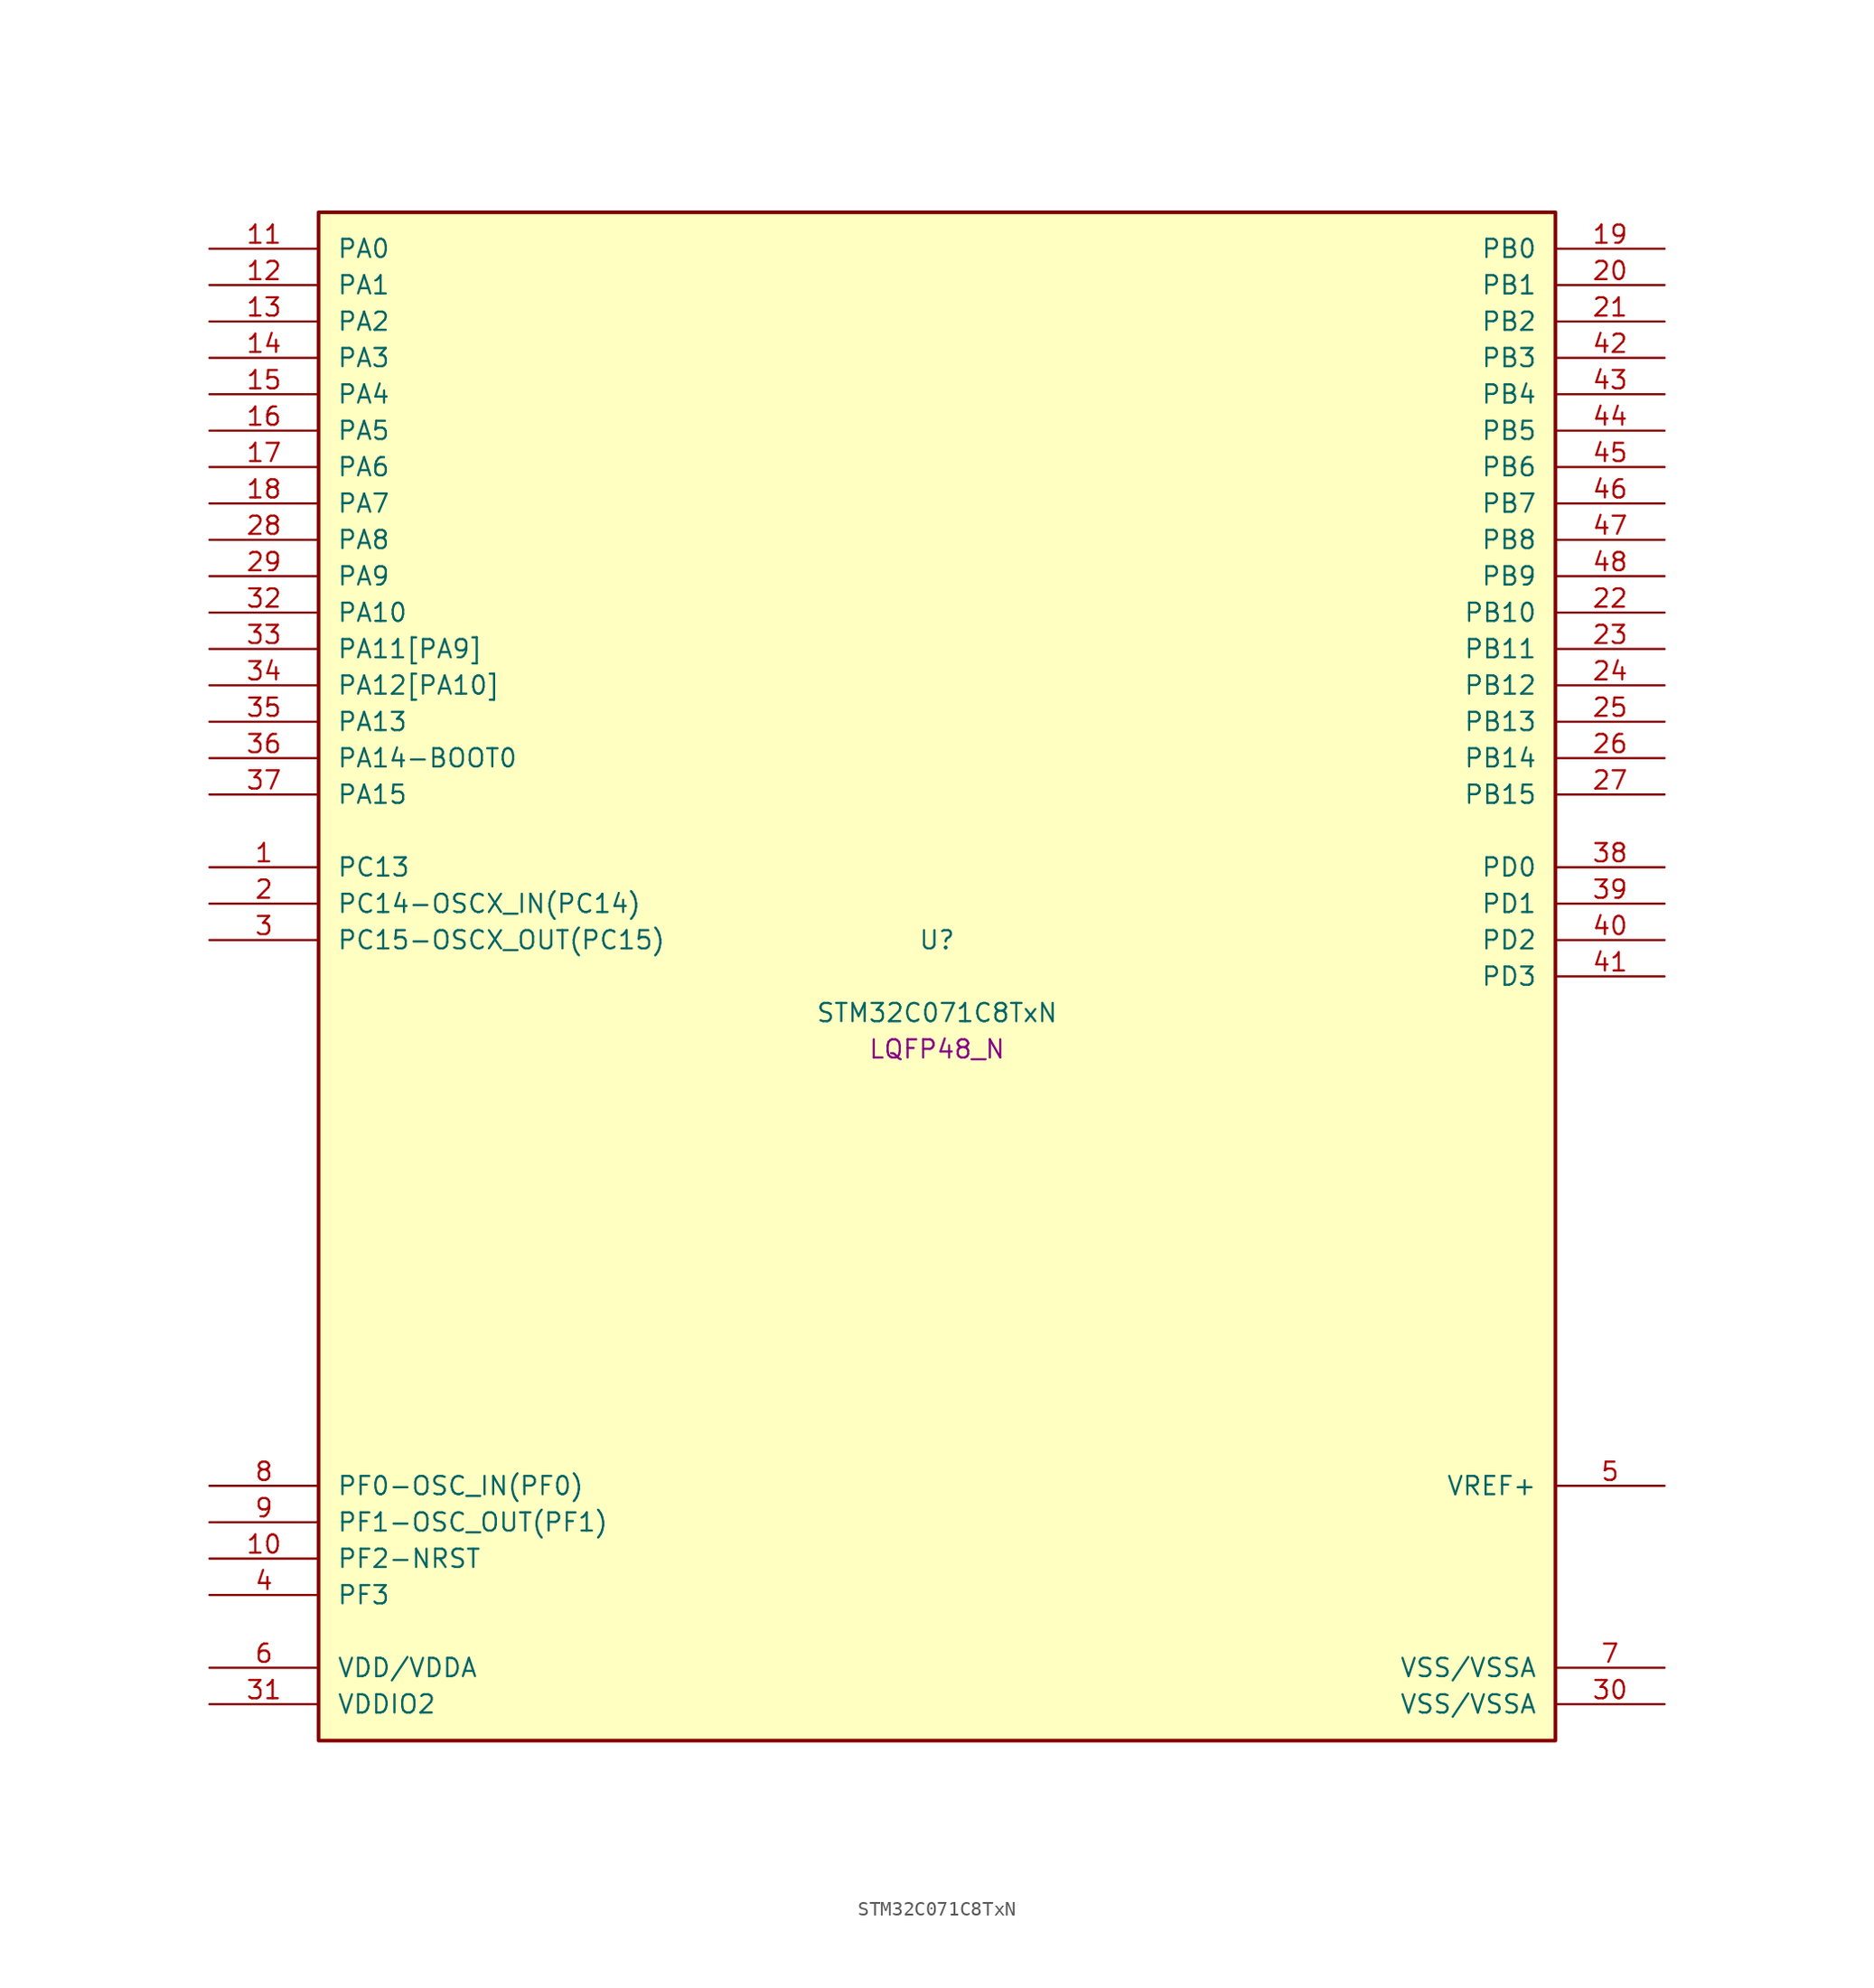
<source format=kicad_sym>
(kicad_symbol_lib
  (version 20241209)
  (generator "stm32_pkl_generator")
  (generator_version "1.0")
  (symbol "STM32C071C8TxN"
    (pin_names
      (offset 1.27))
    (property "Reference" "U"
      (at 0 2.54 0))
    (property "Value" "STM32C071C8TxN"
      (at 0 -2.54 0))
    (property "Footprint" "LQFP48_N"
      (at 0 -5.08 0))
    (symbol "STM32C071C8TxN_1_1"
      (rectangle (start -43.18 53.34) (end 43.18 -53.34) (stroke (width 0.254) (type solid)) (fill (type background)))
      (pin bidirectional line (at -50.8 50.8 0) (length 7.62) (name "PA0") (number "11") (alternate "PA0/ADC1_IN0" bidirectional line) (alternate "PA0/PWR_WKUP1" bidirectional line) (alternate "PA0/SPI2_SCK" bidirectional line) (alternate "PA0/TIM16_CH1" bidirectional line) (alternate "PA0/TIM1_CH1" bidirectional line) (alternate "PA0/TIM2_CH1" bidirectional line) (alternate "PA0/TIM2_ETR" bidirectional line) (alternate "PA0/USART1_TX" bidirectional line) (alternate "PA0/USART2_CTS" bidirectional line) (alternate "PA0/USART2_NSS" bidirectional line))
      (pin bidirectional line (at -50.8 48.26 0) (length 7.62) (name "PA1") (number "12") (alternate "PA1/ADC1_IN1" bidirectional line) (alternate "PA1/I2C1_SMBA" bidirectional line) (alternate "PA1/I2S1_CK" bidirectional line) (alternate "PA1/SPI1_SCK" bidirectional line) (alternate "PA1/TIM17_CH1" bidirectional line) (alternate "PA1/TIM1_CH2" bidirectional line) (alternate "PA1/TIM2_CH2" bidirectional line) (alternate "PA1/USART1_RX" bidirectional line) (alternate "PA1/USART2_CK" bidirectional line) (alternate "PA1/USART2_DE" bidirectional line) (alternate "PA1/USART2_RTS" bidirectional line))
      (pin bidirectional line (at -50.8 45.72 0) (length 7.62) (name "PA2") (number "13") (alternate "PA2/ADC1_IN2" bidirectional line) (alternate "PA2/I2S1_SD" bidirectional line) (alternate "PA2/PWR_WKUP4" bidirectional line) (alternate "PA2/RCC_LSCO" bidirectional line) (alternate "PA2/SPI1_MOSI" bidirectional line) (alternate "PA2/TIM16_CH1N" bidirectional line) (alternate "PA2/TIM1_CH3" bidirectional line) (alternate "PA2/TIM2_CH3" bidirectional line) (alternate "PA2/TIM3_ETR" bidirectional line) (alternate "PA2/USART2_TX" bidirectional line))
      (pin bidirectional line (at -50.8 43.18 0) (length 7.62) (name "PA3") (number "14") (alternate "PA3/ADC1_IN3" bidirectional line) (alternate "PA3/SPI2_MISO" bidirectional line) (alternate "PA3/TIM1_CH1N" bidirectional line) (alternate "PA3/TIM1_CH4" bidirectional line) (alternate "PA3/TIM2_CH4" bidirectional line) (alternate "PA3/USART2_RX" bidirectional line))
      (pin bidirectional line (at -50.8 40.64 0) (length 7.62) (name "PA4") (number "15") (alternate "PA4/ADC1_IN4" bidirectional line) (alternate "PA4/I2S1_WS" bidirectional line) (alternate "PA4/RTC_OUT2" bidirectional line) (alternate "PA4/SPI1_NSS" bidirectional line) (alternate "PA4/SPI2_MOSI" bidirectional line) (alternate "PA4/TIM14_CH1" bidirectional line) (alternate "PA4/TIM17_CH1N" bidirectional line) (alternate "PA4/TIM1_CH2N" bidirectional line) (alternate "PA4/USART2_TX" bidirectional line) (alternate "PA4/USB_NOE" bidirectional line))
      (pin bidirectional line (at -50.8 38.1 0) (length 7.62) (name "PA5") (number "16") (alternate "PA5/ADC1_IN5" bidirectional line) (alternate "PA5/I2S1_CK" bidirectional line) (alternate "PA5/SPI1_SCK" bidirectional line) (alternate "PA5/TIM1_CH1" bidirectional line) (alternate "PA5/TIM1_CH3N" bidirectional line) (alternate "PA5/TIM2_CH1" bidirectional line) (alternate "PA5/TIM2_ETR" bidirectional line) (alternate "PA5/USART2_RX" bidirectional line))
      (pin bidirectional line (at -50.8 35.56 0) (length 7.62) (name "PA6") (number "17") (alternate "PA6/ADC1_IN6" bidirectional line) (alternate "PA6/I2C2_SDA" bidirectional line) (alternate "PA6/I2S1_MCK" bidirectional line) (alternate "PA6/SPI1_MISO" bidirectional line) (alternate "PA6/TIM16_CH1" bidirectional line) (alternate "PA6/TIM1_BKIN" bidirectional line) (alternate "PA6/TIM3_CH1" bidirectional line))
      (pin bidirectional line (at -50.8 33.02 0) (length 7.62) (name "PA7") (number "18") (alternate "PA7/ADC1_IN7" bidirectional line) (alternate "PA7/I2C2_SCL" bidirectional line) (alternate "PA7/I2S1_SD" bidirectional line) (alternate "PA7/SPI1_MOSI" bidirectional line) (alternate "PA7/TIM14_CH1" bidirectional line) (alternate "PA7/TIM17_CH1" bidirectional line) (alternate "PA7/TIM1_CH1N" bidirectional line) (alternate "PA7/TIM3_CH2" bidirectional line))
      (pin bidirectional line (at -50.8 30.48 0) (length 7.62) (name "PA8") (number "28") (alternate "PA8/ADC1_IN8" bidirectional line) (alternate "PA8/CRS_SYNC" bidirectional line) (alternate "PA8/I2S1_WS" bidirectional line) (alternate "PA8/RCC_MCO" bidirectional line) (alternate "PA8/RCC_MCO_2" bidirectional line) (alternate "PA8/SPI1_NSS" bidirectional line) (alternate "PA8/SPI2_MISO" bidirectional line) (alternate "PA8/SPI2_NSS" bidirectional line) (alternate "PA8/TIM14_CH1" bidirectional line) (alternate "PA8/TIM1_CH1" bidirectional line) (alternate "PA8/TIM1_CH2N" bidirectional line) (alternate "PA8/TIM1_CH3N" bidirectional line) (alternate "PA8/TIM3_CH3" bidirectional line) (alternate "PA8/TIM3_CH4" bidirectional line) (alternate "PA8/USART1_RX" bidirectional line) (alternate "PA8/USART2_TX" bidirectional line))
      (pin bidirectional line (at -50.8 27.94 0) (length 7.62) (name "PA9") (number "29") (alternate "PA9/I2C1_SCL" bidirectional line) (alternate "PA9/I2C2_SCL" bidirectional line) (alternate "PA9/RCC_MCO" bidirectional line) (alternate "PA9/SPI2_MISO" bidirectional line) (alternate "PA9/TIM1_CH2" bidirectional line) (alternate "PA9/TIM3_ETR" bidirectional line) (alternate "PA9/USART1_TX" bidirectional line) (alternate "PA9/NC" bidirectional line))
      (pin bidirectional line (at -50.8 25.4 0) (length 7.62) (name "PA10") (number "32") (alternate "PA10/I2C1_SDA" bidirectional line) (alternate "PA10/I2C2_SDA" bidirectional line) (alternate "PA10/RCC_MCO_2" bidirectional line) (alternate "PA10/SPI2_MOSI" bidirectional line) (alternate "PA10/TIM17_BKIN" bidirectional line) (alternate "PA10/TIM1_CH3" bidirectional line) (alternate "PA10/USART1_RX" bidirectional line) (alternate "PA10/NC" bidirectional line))
      (pin bidirectional line (at -50.8 22.86 0) (length 7.62) (name "PA11[PA9]") (number "33") (alternate "PA11[PA9]/ADC1_EXTI11" bidirectional line) (alternate "PA11[PA9]/I2C2_SCL" bidirectional line) (alternate "PA11[PA9]/I2S1_MCK" bidirectional line) (alternate "PA11[PA9]/SPI1_MISO" bidirectional line) (alternate "PA11[PA9]/TIM1_BKIN2" bidirectional line) (alternate "PA11[PA9]/TIM1_CH4" bidirectional line) (alternate "PA11[PA9]/USART1_CTS" bidirectional line) (alternate "PA11[PA9]/USART1_NSS" bidirectional line) (alternate "PA11[PA9]/USB_DM" bidirectional line) (alternate "PA11[PA9]/PA9[PA11]" bidirectional line) (alternate "PA11[PA9]/I2C1_SCL" bidirectional line) (alternate "PA11[PA9]/RCC_MCO" bidirectional line) (alternate "PA11[PA9]/SPI2_MISO" bidirectional line) (alternate "PA11[PA9]/TIM1_CH2" bidirectional line) (alternate "PA11[PA9]/TIM3_ETR" bidirectional line) (alternate "PA11[PA9]/USART1_TX" bidirectional line))
      (pin bidirectional line (at -50.8 20.32 0) (length 7.62) (name "PA12[PA10]") (number "34") (alternate "PA12[PA10]/I2C2_SDA" bidirectional line) (alternate "PA12[PA10]/I2S1_SD" bidirectional line) (alternate "PA12[PA10]/I2S_CKIN" bidirectional line) (alternate "PA12[PA10]/SPI1_MOSI" bidirectional line) (alternate "PA12[PA10]/TIM1_ETR" bidirectional line) (alternate "PA12[PA10]/USART1_CK" bidirectional line) (alternate "PA12[PA10]/USART1_DE" bidirectional line) (alternate "PA12[PA10]/USART1_RTS" bidirectional line) (alternate "PA12[PA10]/USB_DP" bidirectional line) (alternate "PA12[PA10]/PA10[PA12]" bidirectional line) (alternate "PA12[PA10]/I2C1_SDA" bidirectional line) (alternate "PA12[PA10]/RCC_MCO_2" bidirectional line) (alternate "PA12[PA10]/SPI2_MOSI" bidirectional line) (alternate "PA12[PA10]/TIM17_BKIN" bidirectional line) (alternate "PA12[PA10]/TIM1_CH3" bidirectional line) (alternate "PA12[PA10]/USART1_RX" bidirectional line))
      (pin bidirectional line (at -50.8 17.78 0) (length 7.62) (name "PA13") (number "35") (alternate "PA13/ADC1_IN13" bidirectional line) (alternate "PA13/DEBUG_SWDIO" bidirectional line) (alternate "PA13/IR_OUT" bidirectional line) (alternate "PA13/TIM3_ETR" bidirectional line) (alternate "PA13/USART2_RX" bidirectional line) (alternate "PA13/USB_NOE" bidirectional line))
      (pin bidirectional line (at -50.8 15.24 0) (length 7.62) (name "PA14-BOOT0") (number "36") (alternate "PA14-BOOT0/ADC1_IN14" bidirectional line) (alternate "PA14-BOOT0/DEBUG_SWCLK" bidirectional line) (alternate "PA14-BOOT0/I2S1_WS" bidirectional line) (alternate "PA14-BOOT0/RCC_MCO_2" bidirectional line) (alternate "PA14-BOOT0/SPI1_NSS" bidirectional line) (alternate "PA14-BOOT0/TIM1_CH1" bidirectional line) (alternate "PA14-BOOT0/USART1_CK" bidirectional line) (alternate "PA14-BOOT0/USART1_DE" bidirectional line) (alternate "PA14-BOOT0/USART1_RTS" bidirectional line) (alternate "PA14-BOOT0/USART2_RX" bidirectional line) (alternate "PA14-BOOT0/USART2_TX" bidirectional line))
      (pin bidirectional line (at -50.8 12.7 0) (length 7.62) (name "PA15") (number "37") (alternate "PA15/I2S1_WS" bidirectional line) (alternate "PA15/RCC_MCO_2" bidirectional line) (alternate "PA15/SPI1_NSS" bidirectional line) (alternate "PA15/TIM1_CH1" bidirectional line) (alternate "PA15/TIM2_CH1" bidirectional line) (alternate "PA15/TIM2_ETR" bidirectional line) (alternate "PA15/USART1_CK" bidirectional line) (alternate "PA15/USART1_DE" bidirectional line) (alternate "PA15/USART1_RTS" bidirectional line) (alternate "PA15/USART2_RX" bidirectional line) (alternate "PA15/USB_NOE" bidirectional line))
      (pin bidirectional line (at 50.8 50.8 180) (length 7.62) (name "PB0") (number "19") (alternate "PB0/ADC1_IN17" bidirectional line) (alternate "PB0/I2S1_WS" bidirectional line) (alternate "PB0/SPI1_NSS" bidirectional line) (alternate "PB0/TIM1_CH2N" bidirectional line) (alternate "PB0/TIM3_CH3" bidirectional line))
      (pin bidirectional line (at 50.8 48.26 180) (length 7.62) (name "PB1") (number "20") (alternate "PB1/ADC1_IN18" bidirectional line) (alternate "PB1/TIM14_CH1" bidirectional line) (alternate "PB1/TIM1_CH2N" bidirectional line) (alternate "PB1/TIM1_CH3N" bidirectional line) (alternate "PB1/TIM3_CH4" bidirectional line))
      (pin bidirectional line (at 50.8 45.72 180) (length 7.62) (name "PB2") (number "21") (alternate "PB2/ADC1_IN19" bidirectional line) (alternate "PB2/RCC_MCO_2" bidirectional line) (alternate "PB2/SPI2_MISO" bidirectional line) (alternate "PB2/USART1_RX" bidirectional line))
      (pin bidirectional line (at 50.8 43.18 180) (length 7.62) (name "PB3") (number "42") (alternate "PB3/I2C2_SCL" bidirectional line) (alternate "PB3/I2S1_CK" bidirectional line) (alternate "PB3/SPI1_SCK" bidirectional line) (alternate "PB3/TIM1_CH2" bidirectional line) (alternate "PB3/TIM2_CH2" bidirectional line) (alternate "PB3/TIM3_CH2" bidirectional line) (alternate "PB3/USART1_CK" bidirectional line) (alternate "PB3/USART1_DE" bidirectional line) (alternate "PB3/USART1_RTS" bidirectional line))
      (pin bidirectional line (at 50.8 40.64 180) (length 7.62) (name "PB4") (number "43") (alternate "PB4/I2C2_SDA" bidirectional line) (alternate "PB4/I2S1_MCK" bidirectional line) (alternate "PB4/SPI1_MISO" bidirectional line) (alternate "PB4/TIM17_BKIN" bidirectional line) (alternate "PB4/TIM3_CH1" bidirectional line) (alternate "PB4/USART1_CTS" bidirectional line) (alternate "PB4/USART1_NSS" bidirectional line))
      (pin bidirectional line (at 50.8 38.1 180) (length 7.62) (name "PB5") (number "44") (alternate "PB5/I2C1_SMBA" bidirectional line) (alternate "PB5/I2S1_SD" bidirectional line) (alternate "PB5/PWR_WKUP6" bidirectional line) (alternate "PB5/SPI1_MOSI" bidirectional line) (alternate "PB5/TIM16_BKIN" bidirectional line) (alternate "PB5/TIM3_CH2" bidirectional line) (alternate "PB5/TIM3_CH3" bidirectional line))
      (pin bidirectional line (at 50.8 35.56 180) (length 7.62) (name "PB6") (number "45") (alternate "PB6/I2C1_SCL" bidirectional line) (alternate "PB6/I2C1_SMBA" bidirectional line) (alternate "PB6/I2S1_CK" bidirectional line) (alternate "PB6/I2S1_MCK" bidirectional line) (alternate "PB6/I2S1_SD" bidirectional line) (alternate "PB6/PWR_WKUP3" bidirectional line) (alternate "PB6/SPI1_MISO" bidirectional line) (alternate "PB6/SPI1_MOSI" bidirectional line) (alternate "PB6/SPI1_SCK" bidirectional line) (alternate "PB6/SPI2_MISO" bidirectional line) (alternate "PB6/TIM16_BKIN" bidirectional line) (alternate "PB6/TIM16_CH1N" bidirectional line) (alternate "PB6/TIM17_BKIN" bidirectional line) (alternate "PB6/TIM1_CH2" bidirectional line) (alternate "PB6/TIM1_CH3" bidirectional line) (alternate "PB6/TIM3_CH1" bidirectional line) (alternate "PB6/TIM3_CH2" bidirectional line) (alternate "PB6/TIM3_CH3" bidirectional line) (alternate "PB6/USART1_CTS" bidirectional line) (alternate "PB6/USART1_NSS" bidirectional line) (alternate "PB6/USART1_TX" bidirectional line))
      (pin bidirectional line (at 50.8 33.02 180) (length 7.62) (name "PB7") (number "46") (alternate "PB7/I2C1_SCL" bidirectional line) (alternate "PB7/I2C1_SDA" bidirectional line) (alternate "PB7/SPI2_MOSI" bidirectional line) (alternate "PB7/TIM16_CH1" bidirectional line) (alternate "PB7/TIM17_CH1N" bidirectional line) (alternate "PB7/TIM1_CH4" bidirectional line) (alternate "PB7/TIM3_CH1" bidirectional line) (alternate "PB7/TIM3_CH4" bidirectional line) (alternate "PB7/USART1_RX" bidirectional line) (alternate "PB7/USART2_CTS" bidirectional line) (alternate "PB7/USART2_NSS" bidirectional line))
      (pin bidirectional line (at 50.8 30.48 180) (length 7.62) (name "PB8") (number "47") (alternate "PB8/I2C1_SCL" bidirectional line) (alternate "PB8/SPI2_SCK" bidirectional line) (alternate "PB8/TIM16_CH1" bidirectional line) (alternate "PB8/TIM3_CH1" bidirectional line) (alternate "PB8/USART2_CTS" bidirectional line) (alternate "PB8/USART2_NSS" bidirectional line))
      (pin bidirectional line (at 50.8 27.94 180) (length 7.62) (name "PB9") (number "48") (alternate "PB9/I2C1_SDA" bidirectional line) (alternate "PB9/IR_OUT" bidirectional line) (alternate "PB9/SPI2_NSS" bidirectional line) (alternate "PB9/TIM17_CH1" bidirectional line) (alternate "PB9/TIM3_CH2" bidirectional line) (alternate "PB9/USART2_CK" bidirectional line) (alternate "PB9/USART2_DE" bidirectional line) (alternate "PB9/USART2_RTS" bidirectional line))
      (pin bidirectional line (at 50.8 25.4 180) (length 7.62) (name "PB10") (number "22") (alternate "PB10/ADC1_IN20" bidirectional line) (alternate "PB10/I2C2_SCL" bidirectional line) (alternate "PB10/SPI2_SCK" bidirectional line) (alternate "PB10/TIM2_CH3" bidirectional line))
      (pin bidirectional line (at 50.8 22.86 180) (length 7.62) (name "PB11") (number "23") (alternate "PB11/ADC1_EXTI11" bidirectional line) (alternate "PB11/ADC1_IN21" bidirectional line) (alternate "PB11/I2C2_SDA" bidirectional line) (alternate "PB11/SPI2_MOSI" bidirectional line) (alternate "PB11/TIM2_CH4" bidirectional line))
      (pin bidirectional line (at 50.8 20.32 180) (length 7.62) (name "PB12") (number "24") (alternate "PB12/ADC1_IN22" bidirectional line) (alternate "PB12/SPI2_NSS" bidirectional line) (alternate "PB12/TIM1_BKIN" bidirectional line) (alternate "PB12/TIM1_BKIN2" bidirectional line))
      (pin bidirectional line (at 50.8 17.78 180) (length 7.62) (name "PB13") (number "25") (alternate "PB13/I2C2_SCL" bidirectional line) (alternate "PB13/SPI2_SCK" bidirectional line) (alternate "PB13/TIM1_CH1N" bidirectional line))
      (pin bidirectional line (at 50.8 15.24 180) (length 7.62) (name "PB14") (number "26") (alternate "PB14/I2C2_SDA" bidirectional line) (alternate "PB14/SPI2_MISO" bidirectional line) (alternate "PB14/TIM1_CH2N" bidirectional line))
      (pin bidirectional line (at 50.8 12.7 180) (length 7.62) (name "PB15") (number "27") (alternate "PB15/RTC_REFIN" bidirectional line) (alternate "PB15/SPI2_MOSI" bidirectional line) (alternate "PB15/TIM1_CH3N" bidirectional line))
      (pin bidirectional line (at -50.8 7.62 0) (length 7.62) (name "PC13") (number "1") (alternate "PC13/PWR_WKUP2" bidirectional line) (alternate "PC13/RTC_OUT1" bidirectional line) (alternate "PC13/RTC_TS" bidirectional line) (alternate "PC13/TIM1_BKIN" bidirectional line) (alternate "PC13/TIM1_ETR" bidirectional line))
      (pin bidirectional line (at -50.8 5.08 0) (length 7.62) (name "PC14-OSCX_IN(PC14)") (number "2") (alternate "PC14-OSCX_IN(PC14)/I2C1_SDA" bidirectional line) (alternate "PC14-OSCX_IN(PC14)/IR_OUT" bidirectional line) (alternate "PC14-OSCX_IN(PC14)/RCC_OSCX_IN" bidirectional line) (alternate "PC14-OSCX_IN(PC14)/SPI2_NSS" bidirectional line) (alternate "PC14-OSCX_IN(PC14)/TIM17_CH1" bidirectional line) (alternate "PC14-OSCX_IN(PC14)/TIM1_BKIN2" bidirectional line) (alternate "PC14-OSCX_IN(PC14)/TIM1_ETR" bidirectional line) (alternate "PC14-OSCX_IN(PC14)/TIM3_CH2" bidirectional line) (alternate "PC14-OSCX_IN(PC14)/USART1_TX" bidirectional line) (alternate "PC14-OSCX_IN(PC14)/USART2_CK" bidirectional line) (alternate "PC14-OSCX_IN(PC14)/USART2_DE" bidirectional line) (alternate "PC14-OSCX_IN(PC14)/USART2_RTS" bidirectional line))
      (pin bidirectional line (at -50.8 2.54 0) (length 7.62) (name "PC15-OSCX_OUT(PC15)") (number "3") (alternate "PC15-OSCX_OUT(PC15)/RCC_OSC32_EN" bidirectional line) (alternate "PC15-OSCX_OUT(PC15)/RCC_OSCX_OUT" bidirectional line) (alternate "PC15-OSCX_OUT(PC15)/RCC_OSC_EN" bidirectional line) (alternate "PC15-OSCX_OUT(PC15)/TIM1_ETR" bidirectional line) (alternate "PC15-OSCX_OUT(PC15)/TIM3_CH3" bidirectional line))
      (pin bidirectional line (at 50.8 7.62 180) (length 7.62) (name "PD0") (number "38") (alternate "PD0/SPI2_NSS" bidirectional line) (alternate "PD0/TIM16_CH1" bidirectional line))
      (pin bidirectional line (at 50.8 5.08 180) (length 7.62) (name "PD1") (number "39") (alternate "PD1/SPI2_SCK" bidirectional line) (alternate "PD1/TIM17_CH1" bidirectional line))
      (pin bidirectional line (at 50.8 2.54 180) (length 7.62) (name "PD2") (number "40") (alternate "PD2/TIM1_CH1N" bidirectional line) (alternate "PD2/TIM3_ETR" bidirectional line))
      (pin bidirectional line (at 50.8 0 180) (length 7.62) (name "PD3") (number "41") (alternate "PD3/SPI2_MISO" bidirectional line) (alternate "PD3/TIM1_CH2N" bidirectional line) (alternate "PD3/USART2_CTS" bidirectional line) (alternate "PD3/USART2_NSS" bidirectional line))
      (pin bidirectional line (at -50.8 -35.56 0) (length 7.62) (name "PF0-OSC_IN(PF0)") (number "8") (alternate "PF0-OSC_IN(PF0)/CRS_SYNC" bidirectional line) (alternate "PF0-OSC_IN(PF0)/RCC_OSC_IN" bidirectional line) (alternate "PF0-OSC_IN(PF0)/TIM14_CH1" bidirectional line))
      (pin bidirectional line (at -50.8 -38.1 0) (length 7.62) (name "PF1-OSC_OUT(PF1)") (number "9") (alternate "PF1-OSC_OUT(PF1)/RCC_OSC_EN" bidirectional line) (alternate "PF1-OSC_OUT(PF1)/RCC_OSC_OUT" bidirectional line))
      (pin bidirectional line (at -50.8 -40.64 0) (length 7.62) (name "PF2-NRST") (number "10") (alternate "PF2-NRST/RCC_MCO" bidirectional line) (alternate "PF2-NRST/TIM1_CH4" bidirectional line))
      (pin bidirectional line (at -50.8 -43.18 0) (length 7.62) (name "PF3") (number "4"))
      (pin bidirectional line (at 50.8 -35.56 180) (length 7.62) (name "VREF+") (number "5"))
      (pin power_in line (at -50.8 -48.26 0) (length 7.62) (name "VDD/VDDA") (number "6"))
      (pin power_in line (at -50.8 -50.8 0) (length 7.62) (name "VDDIO2") (number "31"))
      (pin power_in line (at 50.8 -48.26 180) (length 7.62) (name "VSS/VSSA") (number "7"))
      (pin power_in line (at 50.8 -50.8 180) (length 7.62) (name "VSS/VSSA") (number "30")))))
</source>
